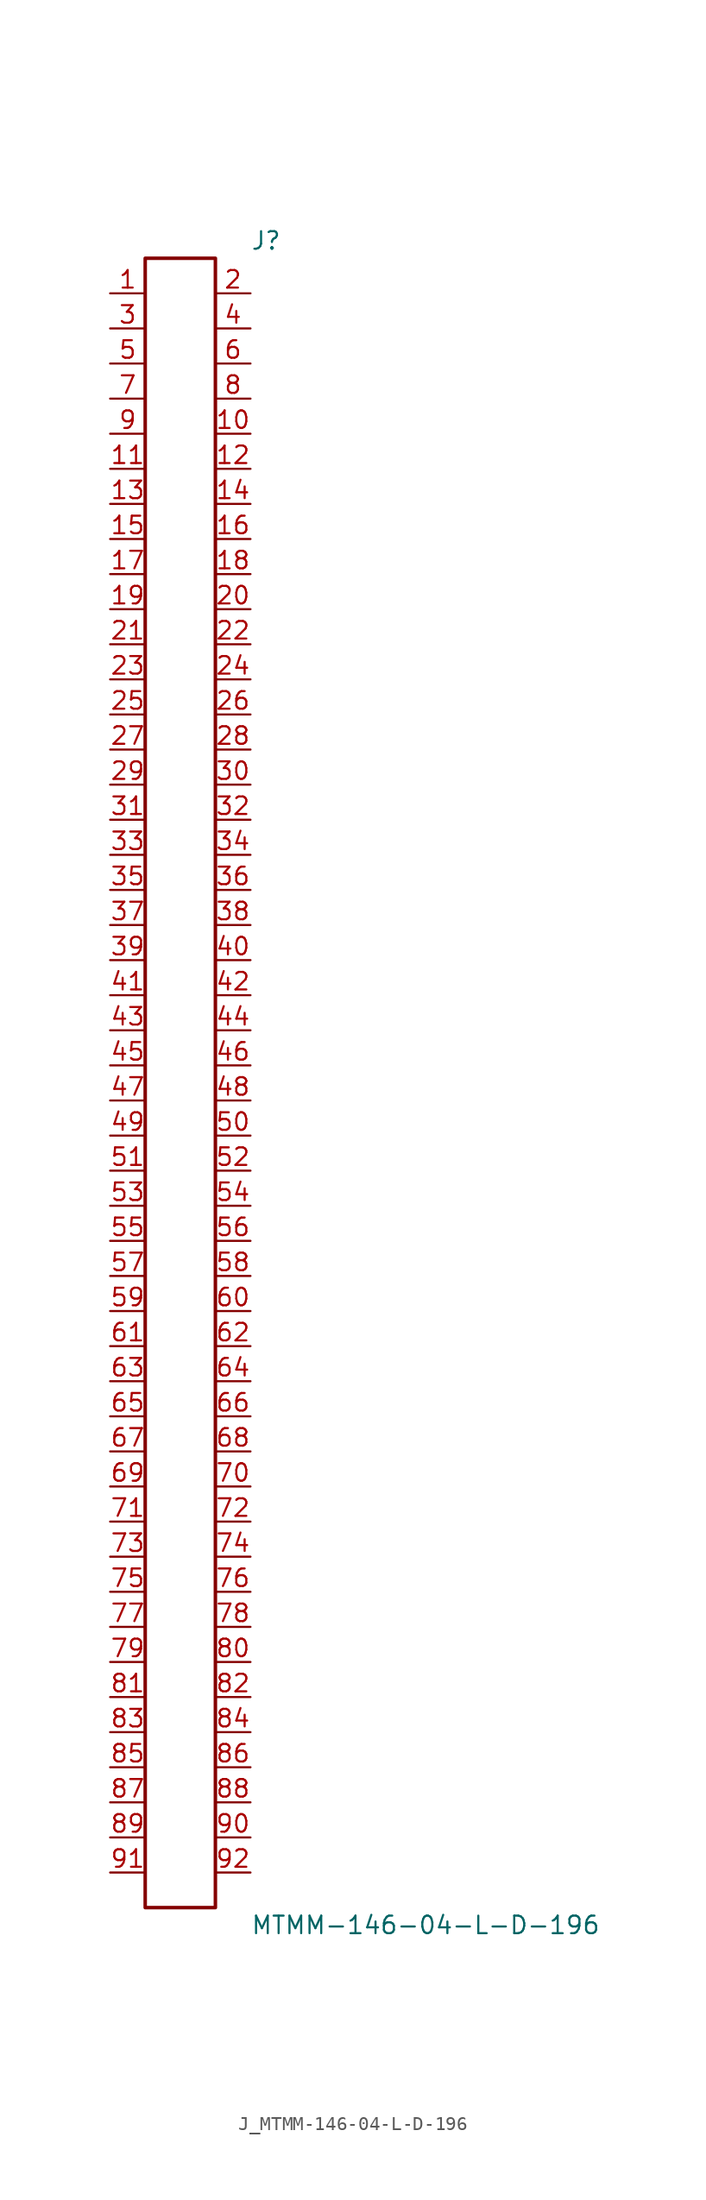
<source format=kicad_sym>
(kicad_symbol_lib
  (version 20231120)
  (generator kicad_symbol_editor)
  (generator_version 8.0)
  (symbol "J_MTMM-146-04-L-D-196"
    (pin_names
      (offset 0.254))
    (property "Reference" "J"
      (at 5.08 60.96 0)
      (effects (font (size 1.27 1.27)) (justify left)))
    (property "Value" "MTMM-146-04-L-D-196"
      (at 5.08 -60.96 0)
      (effects (font (size 1.27 1.27)) (justify left)))
    (symbol "J_MTMM-146-04-L-D-196_0_0"
      (pin passive line (at -5.08 57.15 0) (length 2.54) (name "" (effects (font (size 1.27 1.27)))) (number "1" (effects (font (size 1.27 1.27)))))
      (pin passive line (at 5.08 57.15 180) (length 2.54) (name "" (effects (font (size 1.27 1.27)))) (number "2" (effects (font (size 1.27 1.27)))))
      (pin passive line (at -5.08 54.61 0) (length 2.54) (name "" (effects (font (size 1.27 1.27)))) (number "3" (effects (font (size 1.27 1.27)))))
      (pin passive line (at 5.08 54.61 180) (length 2.54) (name "" (effects (font (size 1.27 1.27)))) (number "4" (effects (font (size 1.27 1.27)))))
      (pin passive line (at -5.08 52.07 0) (length 2.54) (name "" (effects (font (size 1.27 1.27)))) (number "5" (effects (font (size 1.27 1.27)))))
      (pin passive line (at 5.08 52.07 180) (length 2.54) (name "" (effects (font (size 1.27 1.27)))) (number "6" (effects (font (size 1.27 1.27)))))
      (pin passive line (at -5.08 49.53 0) (length 2.54) (name "" (effects (font (size 1.27 1.27)))) (number "7" (effects (font (size 1.27 1.27)))))
      (pin passive line (at 5.08 49.53 180) (length 2.54) (name "" (effects (font (size 1.27 1.27)))) (number "8" (effects (font (size 1.27 1.27)))))
      (pin passive line (at -5.08 46.99 0) (length 2.54) (name "" (effects (font (size 1.27 1.27)))) (number "9" (effects (font (size 1.27 1.27)))))
      (pin passive line (at 5.08 46.99 180) (length 2.54) (name "" (effects (font (size 1.27 1.27)))) (number "10" (effects (font (size 1.27 1.27)))))
      (pin passive line (at -5.08 44.45 0) (length 2.54) (name "" (effects (font (size 1.27 1.27)))) (number "11" (effects (font (size 1.27 1.27)))))
      (pin passive line (at 5.08 44.45 180) (length 2.54) (name "" (effects (font (size 1.27 1.27)))) (number "12" (effects (font (size 1.27 1.27)))))
      (pin passive line (at -5.08 41.91 0) (length 2.54) (name "" (effects (font (size 1.27 1.27)))) (number "13" (effects (font (size 1.27 1.27)))))
      (pin passive line (at 5.08 41.91 180) (length 2.54) (name "" (effects (font (size 1.27 1.27)))) (number "14" (effects (font (size 1.27 1.27)))))
      (pin passive line (at -5.08 39.37 0) (length 2.54) (name "" (effects (font (size 1.27 1.27)))) (number "15" (effects (font (size 1.27 1.27)))))
      (pin passive line (at 5.08 39.37 180) (length 2.54) (name "" (effects (font (size 1.27 1.27)))) (number "16" (effects (font (size 1.27 1.27)))))
      (pin passive line (at -5.08 36.83 0) (length 2.54) (name "" (effects (font (size 1.27 1.27)))) (number "17" (effects (font (size 1.27 1.27)))))
      (pin passive line (at 5.08 36.83 180) (length 2.54) (name "" (effects (font (size 1.27 1.27)))) (number "18" (effects (font (size 1.27 1.27)))))
      (pin passive line (at -5.08 34.29 0) (length 2.54) (name "" (effects (font (size 1.27 1.27)))) (number "19" (effects (font (size 1.27 1.27)))))
      (pin passive line (at 5.08 34.29 180) (length 2.54) (name "" (effects (font (size 1.27 1.27)))) (number "20" (effects (font (size 1.27 1.27)))))
      (pin passive line (at -5.08 31.75 0) (length 2.54) (name "" (effects (font (size 1.27 1.27)))) (number "21" (effects (font (size 1.27 1.27)))))
      (pin passive line (at 5.08 31.75 180) (length 2.54) (name "" (effects (font (size 1.27 1.27)))) (number "22" (effects (font (size 1.27 1.27)))))
      (pin passive line (at -5.08 29.21 0) (length 2.54) (name "" (effects (font (size 1.27 1.27)))) (number "23" (effects (font (size 1.27 1.27)))))
      (pin passive line (at 5.08 29.21 180) (length 2.54) (name "" (effects (font (size 1.27 1.27)))) (number "24" (effects (font (size 1.27 1.27)))))
      (pin passive line (at -5.08 26.67 0) (length 2.54) (name "" (effects (font (size 1.27 1.27)))) (number "25" (effects (font (size 1.27 1.27)))))
      (pin passive line (at 5.08 26.67 180) (length 2.54) (name "" (effects (font (size 1.27 1.27)))) (number "26" (effects (font (size 1.27 1.27)))))
      (pin passive line (at -5.08 24.13 0) (length 2.54) (name "" (effects (font (size 1.27 1.27)))) (number "27" (effects (font (size 1.27 1.27)))))
      (pin passive line (at 5.08 24.13 180) (length 2.54) (name "" (effects (font (size 1.27 1.27)))) (number "28" (effects (font (size 1.27 1.27)))))
      (pin passive line (at -5.08 21.59 0) (length 2.54) (name "" (effects (font (size 1.27 1.27)))) (number "29" (effects (font (size 1.27 1.27)))))
      (pin passive line (at 5.08 21.59 180) (length 2.54) (name "" (effects (font (size 1.27 1.27)))) (number "30" (effects (font (size 1.27 1.27)))))
      (pin passive line (at -5.08 19.05 0) (length 2.54) (name "" (effects (font (size 1.27 1.27)))) (number "31" (effects (font (size 1.27 1.27)))))
      (pin passive line (at 5.08 19.05 180) (length 2.54) (name "" (effects (font (size 1.27 1.27)))) (number "32" (effects (font (size 1.27 1.27)))))
      (pin passive line (at -5.08 16.51 0) (length 2.54) (name "" (effects (font (size 1.27 1.27)))) (number "33" (effects (font (size 1.27 1.27)))))
      (pin passive line (at 5.08 16.51 180) (length 2.54) (name "" (effects (font (size 1.27 1.27)))) (number "34" (effects (font (size 1.27 1.27)))))
      (pin passive line (at -5.08 13.97 0) (length 2.54) (name "" (effects (font (size 1.27 1.27)))) (number "35" (effects (font (size 1.27 1.27)))))
      (pin passive line (at 5.08 13.97 180) (length 2.54) (name "" (effects (font (size 1.27 1.27)))) (number "36" (effects (font (size 1.27 1.27)))))
      (pin passive line (at -5.08 11.43 0) (length 2.54) (name "" (effects (font (size 1.27 1.27)))) (number "37" (effects (font (size 1.27 1.27)))))
      (pin passive line (at 5.08 11.43 180) (length 2.54) (name "" (effects (font (size 1.27 1.27)))) (number "38" (effects (font (size 1.27 1.27)))))
      (pin passive line (at -5.08 8.89 0) (length 2.54) (name "" (effects (font (size 1.27 1.27)))) (number "39" (effects (font (size 1.27 1.27)))))
      (pin passive line (at 5.08 8.89 180) (length 2.54) (name "" (effects (font (size 1.27 1.27)))) (number "40" (effects (font (size 1.27 1.27)))))
      (pin passive line (at -5.08 6.35 0) (length 2.54) (name "" (effects (font (size 1.27 1.27)))) (number "41" (effects (font (size 1.27 1.27)))))
      (pin passive line (at 5.08 6.35 180) (length 2.54) (name "" (effects (font (size 1.27 1.27)))) (number "42" (effects (font (size 1.27 1.27)))))
      (pin passive line (at -5.08 3.81 0) (length 2.54) (name "" (effects (font (size 1.27 1.27)))) (number "43" (effects (font (size 1.27 1.27)))))
      (pin passive line (at 5.08 3.81 180) (length 2.54) (name "" (effects (font (size 1.27 1.27)))) (number "44" (effects (font (size 1.27 1.27)))))
      (pin passive line (at -5.08 1.27 0) (length 2.54) (name "" (effects (font (size 1.27 1.27)))) (number "45" (effects (font (size 1.27 1.27)))))
      (pin passive line (at 5.08 1.27 180) (length 2.54) (name "" (effects (font (size 1.27 1.27)))) (number "46" (effects (font (size 1.27 1.27)))))
      (pin passive line (at -5.08 -1.27 0) (length 2.54) (name "" (effects (font (size 1.27 1.27)))) (number "47" (effects (font (size 1.27 1.27)))))
      (pin passive line (at 5.08 -1.27 180) (length 2.54) (name "" (effects (font (size 1.27 1.27)))) (number "48" (effects (font (size 1.27 1.27)))))
      (pin passive line (at -5.08 -3.81 0) (length 2.54) (name "" (effects (font (size 1.27 1.27)))) (number "49" (effects (font (size 1.27 1.27)))))
      (pin passive line (at 5.08 -3.81 180) (length 2.54) (name "" (effects (font (size 1.27 1.27)))) (number "50" (effects (font (size 1.27 1.27)))))
      (pin passive line (at -5.08 -6.35 0) (length 2.54) (name "" (effects (font (size 1.27 1.27)))) (number "51" (effects (font (size 1.27 1.27)))))
      (pin passive line (at 5.08 -6.35 180) (length 2.54) (name "" (effects (font (size 1.27 1.27)))) (number "52" (effects (font (size 1.27 1.27)))))
      (pin passive line (at -5.08 -8.89 0) (length 2.54) (name "" (effects (font (size 1.27 1.27)))) (number "53" (effects (font (size 1.27 1.27)))))
      (pin passive line (at 5.08 -8.89 180) (length 2.54) (name "" (effects (font (size 1.27 1.27)))) (number "54" (effects (font (size 1.27 1.27)))))
      (pin passive line (at -5.08 -11.43 0) (length 2.54) (name "" (effects (font (size 1.27 1.27)))) (number "55" (effects (font (size 1.27 1.27)))))
      (pin passive line (at 5.08 -11.43 180) (length 2.54) (name "" (effects (font (size 1.27 1.27)))) (number "56" (effects (font (size 1.27 1.27)))))
      (pin passive line (at -5.08 -13.97 0) (length 2.54) (name "" (effects (font (size 1.27 1.27)))) (number "57" (effects (font (size 1.27 1.27)))))
      (pin passive line (at 5.08 -13.97 180) (length 2.54) (name "" (effects (font (size 1.27 1.27)))) (number "58" (effects (font (size 1.27 1.27)))))
      (pin passive line (at -5.08 -16.51 0) (length 2.54) (name "" (effects (font (size 1.27 1.27)))) (number "59" (effects (font (size 1.27 1.27)))))
      (pin passive line (at 5.08 -16.51 180) (length 2.54) (name "" (effects (font (size 1.27 1.27)))) (number "60" (effects (font (size 1.27 1.27)))))
      (pin passive line (at -5.08 -19.05 0) (length 2.54) (name "" (effects (font (size 1.27 1.27)))) (number "61" (effects (font (size 1.27 1.27)))))
      (pin passive line (at 5.08 -19.05 180) (length 2.54) (name "" (effects (font (size 1.27 1.27)))) (number "62" (effects (font (size 1.27 1.27)))))
      (pin passive line (at -5.08 -21.59 0) (length 2.54) (name "" (effects (font (size 1.27 1.27)))) (number "63" (effects (font (size 1.27 1.27)))))
      (pin passive line (at 5.08 -21.59 180) (length 2.54) (name "" (effects (font (size 1.27 1.27)))) (number "64" (effects (font (size 1.27 1.27)))))
      (pin passive line (at -5.08 -24.13 0) (length 2.54) (name "" (effects (font (size 1.27 1.27)))) (number "65" (effects (font (size 1.27 1.27)))))
      (pin passive line (at 5.08 -24.13 180) (length 2.54) (name "" (effects (font (size 1.27 1.27)))) (number "66" (effects (font (size 1.27 1.27)))))
      (pin passive line (at -5.08 -26.67 0) (length 2.54) (name "" (effects (font (size 1.27 1.27)))) (number "67" (effects (font (size 1.27 1.27)))))
      (pin passive line (at 5.08 -26.67 180) (length 2.54) (name "" (effects (font (size 1.27 1.27)))) (number "68" (effects (font (size 1.27 1.27)))))
      (pin passive line (at -5.08 -29.21 0) (length 2.54) (name "" (effects (font (size 1.27 1.27)))) (number "69" (effects (font (size 1.27 1.27)))))
      (pin passive line (at 5.08 -29.21 180) (length 2.54) (name "" (effects (font (size 1.27 1.27)))) (number "70" (effects (font (size 1.27 1.27)))))
      (pin passive line (at -5.08 -31.75 0) (length 2.54) (name "" (effects (font (size 1.27 1.27)))) (number "71" (effects (font (size 1.27 1.27)))))
      (pin passive line (at 5.08 -31.75 180) (length 2.54) (name "" (effects (font (size 1.27 1.27)))) (number "72" (effects (font (size 1.27 1.27)))))
      (pin passive line (at -5.08 -34.29 0) (length 2.54) (name "" (effects (font (size 1.27 1.27)))) (number "73" (effects (font (size 1.27 1.27)))))
      (pin passive line (at 5.08 -34.29 180) (length 2.54) (name "" (effects (font (size 1.27 1.27)))) (number "74" (effects (font (size 1.27 1.27)))))
      (pin passive line (at -5.08 -36.83 0) (length 2.54) (name "" (effects (font (size 1.27 1.27)))) (number "75" (effects (font (size 1.27 1.27)))))
      (pin passive line (at 5.08 -36.83 180) (length 2.54) (name "" (effects (font (size 1.27 1.27)))) (number "76" (effects (font (size 1.27 1.27)))))
      (pin passive line (at -5.08 -39.37 0) (length 2.54) (name "" (effects (font (size 1.27 1.27)))) (number "77" (effects (font (size 1.27 1.27)))))
      (pin passive line (at 5.08 -39.37 180) (length 2.54) (name "" (effects (font (size 1.27 1.27)))) (number "78" (effects (font (size 1.27 1.27)))))
      (pin passive line (at -5.08 -41.91 0) (length 2.54) (name "" (effects (font (size 1.27 1.27)))) (number "79" (effects (font (size 1.27 1.27)))))
      (pin passive line (at 5.08 -41.91 180) (length 2.54) (name "" (effects (font (size 1.27 1.27)))) (number "80" (effects (font (size 1.27 1.27)))))
      (pin passive line (at -5.08 -44.45 0) (length 2.54) (name "" (effects (font (size 1.27 1.27)))) (number "81" (effects (font (size 1.27 1.27)))))
      (pin passive line (at 5.08 -44.45 180) (length 2.54) (name "" (effects (font (size 1.27 1.27)))) (number "82" (effects (font (size 1.27 1.27)))))
      (pin passive line (at -5.08 -46.99 0) (length 2.54) (name "" (effects (font (size 1.27 1.27)))) (number "83" (effects (font (size 1.27 1.27)))))
      (pin passive line (at 5.08 -46.99 180) (length 2.54) (name "" (effects (font (size 1.27 1.27)))) (number "84" (effects (font (size 1.27 1.27)))))
      (pin passive line (at -5.08 -49.53 0) (length 2.54) (name "" (effects (font (size 1.27 1.27)))) (number "85" (effects (font (size 1.27 1.27)))))
      (pin passive line (at 5.08 -49.53 180) (length 2.54) (name "" (effects (font (size 1.27 1.27)))) (number "86" (effects (font (size 1.27 1.27)))))
      (pin passive line (at -5.08 -52.07 0) (length 2.54) (name "" (effects (font (size 1.27 1.27)))) (number "87" (effects (font (size 1.27 1.27)))))
      (pin passive line (at 5.08 -52.07 180) (length 2.54) (name "" (effects (font (size 1.27 1.27)))) (number "88" (effects (font (size 1.27 1.27)))))
      (pin passive line (at -5.08 -54.61 0) (length 2.54) (name "" (effects (font (size 1.27 1.27)))) (number "89" (effects (font (size 1.27 1.27)))))
      (pin passive line (at 5.08 -54.61 180) (length 2.54) (name "" (effects (font (size 1.27 1.27)))) (number "90" (effects (font (size 1.27 1.27)))))
      (pin passive line (at -5.08 -57.15 0) (length 2.54) (name "" (effects (font (size 1.27 1.27)))) (number "91" (effects (font (size 1.27 1.27)))))
      (pin passive line (at 5.08 -57.15 180) (length 2.54) (name "" (effects (font (size 1.27 1.27)))) (number "92" (effects (font (size 1.27 1.27))))))
    (symbol "J_MTMM-146-04-L-D-196_1_0"
      (rectangle (start -2.54 59.69) (end 2.54 -59.69) (stroke (width 0.254) (type solid)) (fill (type none))))))
</source>
